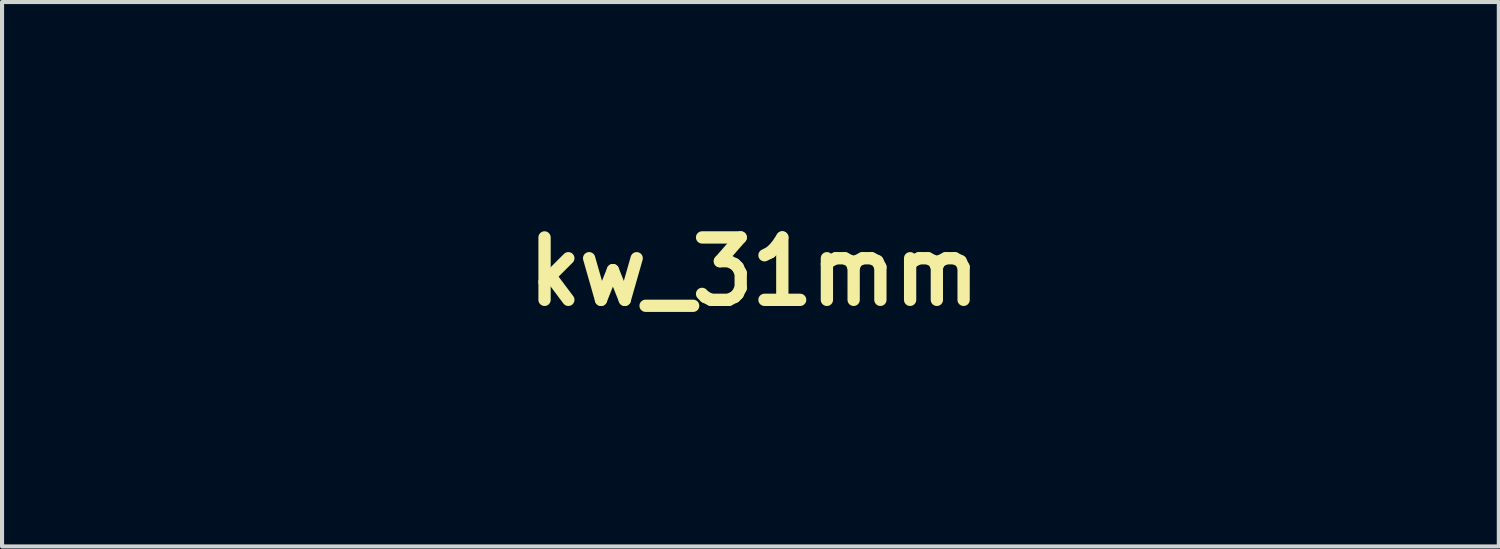
<source format=kicad_pcb>
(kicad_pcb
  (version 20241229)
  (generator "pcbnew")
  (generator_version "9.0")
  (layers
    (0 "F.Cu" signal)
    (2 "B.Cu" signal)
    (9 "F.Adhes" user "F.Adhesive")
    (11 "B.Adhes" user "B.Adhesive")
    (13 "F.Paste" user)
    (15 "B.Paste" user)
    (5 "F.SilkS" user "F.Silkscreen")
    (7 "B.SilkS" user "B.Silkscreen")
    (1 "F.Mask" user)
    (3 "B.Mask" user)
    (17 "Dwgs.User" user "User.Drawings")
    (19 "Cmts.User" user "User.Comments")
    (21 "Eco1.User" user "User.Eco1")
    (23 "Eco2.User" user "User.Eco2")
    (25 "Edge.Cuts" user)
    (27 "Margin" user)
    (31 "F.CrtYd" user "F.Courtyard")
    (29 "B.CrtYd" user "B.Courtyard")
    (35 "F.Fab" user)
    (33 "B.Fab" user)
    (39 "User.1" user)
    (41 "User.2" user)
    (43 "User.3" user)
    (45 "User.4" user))
  (footprint "kw_31mm"
    (layer "F.Cu")
    (at 15.363 3.582)
    (property "Reference" "kw_31mm" (at 0 0 0) (layer "F.SilkS") (effects (font (size 1.524 1.524) (thickness 0.3))))
    (attr through_hole)
    (fp_poly (pts (xy -1.167 2.232) (xy -1.143 2.314) (xy -1.146 2.346) (xy -1.204 2.451) (xy -1.311 2.503) (xy -1.418 2.488) (xy -1.47 2.428) (xy -1.475 2.298) (xy -1.38 2.224) (xy -1.277 2.211) (xy -1.167 2.232)) (stroke (width 0.01) (type solid)) (fill yes) (layer "F.Mask"))
    (fp_poly (pts (xy 13.884 -3.544) (xy 14.008 -3.481) (xy 14.045 -3.402) (xy 13.992 -3.207) (xy 13.844 -2.99) (xy 13.618 -2.767) (xy 13.333 -2.558) (xy 13.106 -2.428) (xy 12.926 -2.349) (xy 12.826 -2.341) (xy 12.79 -2.405) (xy 12.79 -2.422) (xy 12.815 -2.514) (xy 12.884 -2.682) (xy 12.983 -2.895) (xy 13.028 -2.987) (xy 13.149 -3.219) (xy 13.241 -3.366) (xy 13.328 -3.454) (xy 13.429 -3.507) (xy 13.506 -3.533) (xy 13.706 -3.564) (xy 13.884 -3.544)) (stroke (width 0.01) (type solid)) (fill yes) (layer "F.Mask"))
    (fp_poly (pts (xy 12.697 -3.568) (xy 12.82 -3.503) (xy 12.887 -3.446) (xy 12.903 -3.384) (xy 12.868 -3.277) (xy 12.822 -3.172) (xy 12.669 -2.946) (xy 12.424 -2.717) (xy 12.108 -2.503) (xy 11.971 -2.428) (xy 11.79 -2.349) (xy 11.69 -2.341) (xy 11.655 -2.405) (xy 11.654 -2.422) (xy 11.68 -2.514) (xy 11.748 -2.682) (xy 11.847 -2.895) (xy 11.89 -2.983) (xy 12.019 -3.225) (xy 12.122 -3.379) (xy 12.219 -3.471) (xy 12.318 -3.519) (xy 12.537 -3.577) (xy 12.697 -3.568)) (stroke (width 0.01) (type solid)) (fill yes) (layer "F.Mask"))
    (fp_poly (pts (xy 13.888 0.542) (xy 13.995 0.56) (xy 14.037 0.604) (xy 14.045 0.67) (xy 14.018 0.837) (xy 13.95 1.055) (xy 13.861 1.27) (xy 13.771 1.431) (xy 13.756 1.449) (xy 13.659 1.516) (xy 13.493 1.548) (xy 13.322 1.554) (xy 13.128 1.544) (xy 12.987 1.519) (xy 12.938 1.493) (xy 12.933 1.396) (xy 12.971 1.23) (xy 13.038 1.034) (xy 13.123 0.843) (xy 13.213 0.695) (xy 13.216 0.691) (xy 13.301 0.603) (xy 13.405 0.557) (xy 13.567 0.54) (xy 13.69 0.538) (xy 13.888 0.542)) (stroke (width 0.01) (type solid)) (fill yes) (layer "F.Mask"))
    (fp_poly (pts (xy 9.766 2.703) (xy 9.941 2.758) (xy 10.043 2.874) (xy 10.09 3.07) (xy 10.1 3.334) (xy 10.097 3.54) (xy 10.082 3.651) (xy 10.046 3.695) (xy 9.978 3.696) (xy 9.966 3.695) (xy 9.891 3.672) (xy 9.848 3.611) (xy 9.825 3.484) (xy 9.814 3.302) (xy 9.796 2.928) (xy 9.389 2.928) (xy 9.371 3.302) (xy 9.357 3.508) (xy 9.332 3.624) (xy 9.285 3.677) (xy 9.219 3.695) (xy 9.154 3.698) (xy 9.114 3.671) (xy 9.093 3.59) (xy 9.085 3.433) (xy 9.084 3.202) (xy 9.084 2.689) (xy 9.499 2.689) (xy 9.766 2.703)) (stroke (width 0.01) (type solid)) (fill yes) (layer "F.Mask"))
    (fp_poly (pts (xy 15.18 -2.226) (xy 15.157 -2.129) (xy 15.093 -1.947) (xy 14.998 -1.702) (xy 14.883 -1.417) (xy 14.755 -1.113) (xy 14.625 -0.814) (xy 14.502 -0.541) (xy 14.396 -0.317) (xy 14.316 -0.163) (xy 14.276 -0.105) (xy 14.137 -0.035) (xy 13.951 -0.000276) (xy 13.761 0.000446) (xy 13.605 -0.033) (xy 13.524 -0.1) (xy 13.528 -0.196) (xy 13.567 -0.375) (xy 13.633 -0.609) (xy 13.717 -0.869) (xy 13.809 -1.129) (xy 13.901 -1.359) (xy 13.983 -1.532) (xy 13.999 -1.561) (xy 14.103 -1.686) (xy 14.263 -1.824) (xy 14.458 -1.962) (xy 14.664 -2.087) (xy 14.861 -2.188) (xy 15.027 -2.252) (xy 15.141 -2.268) (xy 15.18 -2.226)) (stroke (width 0.01) (type solid)) (fill yes) (layer "F.Mask"))
    (fp_poly (pts (xy -1.446 2.699) (xy -1.425 2.701) (xy -1.165 2.719) (xy -1.148 3.093) (xy -1.133 3.299) (xy -1.108 3.413) (xy -1.063 3.459) (xy -1.013 3.466) (xy -0.915 3.51) (xy -0.896 3.586) (xy -0.909 3.651) (xy -0.963 3.687) (xy -1.085 3.702) (xy -1.285 3.705) (xy -1.495 3.702) (xy -1.612 3.685) (xy -1.663 3.648) (xy -1.673 3.586) (xy -1.638 3.492) (xy -1.524 3.466) (xy -1.431 3.455) (xy -1.388 3.399) (xy -1.375 3.267) (xy -1.375 3.202) (xy -1.383 3.034) (xy -1.419 2.951) (xy -1.498 2.919) (xy -1.508 2.918) (xy -1.623 2.86) (xy -1.663 2.79) (xy -1.66 2.724) (xy -1.597 2.697) (xy -1.446 2.699)) (stroke (width 0.01) (type solid)) (fill yes) (layer "F.Mask"))
    (fp_poly (pts (xy 7.435 2.359) (xy 7.608 2.435) (xy 7.695 2.546) (xy 7.689 2.657) (xy 7.611 2.738) (xy 7.509 2.731) (xy 7.449 2.66) (xy 7.363 2.592) (xy 7.204 2.57) (xy 6.992 2.57) (xy 6.992 3.466) (xy 7.204 3.466) (xy 7.373 3.441) (xy 7.449 3.377) (xy 7.527 3.297) (xy 7.628 3.306) (xy 7.689 3.379) (xy 7.687 3.511) (xy 7.584 3.617) (xy 7.399 3.686) (xy 7.196 3.705) (xy 6.995 3.696) (xy 6.873 3.658) (xy 6.791 3.579) (xy 6.787 3.573) (xy 6.724 3.407) (xy 6.696 3.136) (xy 6.694 3.018) (xy 6.706 2.719) (xy 6.754 2.519) (xy 6.849 2.399) (xy 7.005 2.343) (xy 7.196 2.331) (xy 7.435 2.359)) (stroke (width 0.01) (type solid)) (fill yes) (layer "F.Mask"))
    (fp_poly (pts (xy 2.015 2.718) (xy 2.173 2.813) (xy 2.253 2.989) (xy 2.271 3.197) (xy 2.243 3.449) (xy 2.148 3.607) (xy 1.972 3.688) (xy 1.763 3.705) (xy 1.56 3.696) (xy 1.438 3.66) (xy 1.356 3.584) (xy 1.348 3.573) (xy 1.287 3.426) (xy 1.256 3.234) (xy 1.255 3.197) (xy 1.554 3.197) (xy 1.558 3.363) (xy 1.589 3.441) (xy 1.67 3.465) (xy 1.763 3.466) (xy 1.892 3.461) (xy 1.952 3.422) (xy 1.971 3.317) (xy 1.972 3.197) (xy 1.968 3.032) (xy 1.938 2.954) (xy 1.856 2.93) (xy 1.763 2.928) (xy 1.635 2.934) (xy 1.574 2.973) (xy 1.555 3.078) (xy 1.554 3.197) (xy 1.255 3.197) (xy 1.283 2.946) (xy 1.378 2.787) (xy 1.554 2.707) (xy 1.763 2.689) (xy 2.015 2.718)) (stroke (width 0.01) (type solid)) (fill yes) (layer "F.Mask"))
    (fp_poly (pts (xy 4.405 2.718) (xy 4.564 2.813) (xy 4.644 2.989) (xy 4.662 3.197) (xy 4.633 3.449) (xy 4.539 3.607) (xy 4.363 3.688) (xy 4.154 3.705) (xy 3.951 3.696) (xy 3.828 3.66) (xy 3.747 3.584) (xy 3.739 3.573) (xy 3.678 3.426) (xy 3.647 3.234) (xy 3.646 3.197) (xy 3.944 3.197) (xy 3.949 3.363) (xy 3.979 3.441) (xy 4.061 3.465) (xy 4.154 3.466) (xy 4.282 3.461) (xy 4.343 3.422) (xy 4.362 3.317) (xy 4.363 3.197) (xy 4.358 3.032) (xy 4.328 2.954) (xy 4.247 2.93) (xy 4.154 2.928) (xy 4.025 2.934) (xy 3.964 2.973) (xy 3.946 3.078) (xy 3.944 3.197) (xy 3.646 3.197) (xy 3.674 2.946) (xy 3.769 2.787) (xy 3.945 2.707) (xy 4.154 2.689) (xy 4.405 2.718)) (stroke (width 0.01) (type solid)) (fill yes) (layer "F.Mask"))
    (fp_poly (pts (xy 8.648 2.718) (xy 8.807 2.813) (xy 8.887 2.989) (xy 8.905 3.197) (xy 8.877 3.449) (xy 8.782 3.607) (xy 8.606 3.688) (xy 8.397 3.705) (xy 8.194 3.696) (xy 8.072 3.66) (xy 7.99 3.584) (xy 7.982 3.573) (xy 7.921 3.426) (xy 7.89 3.234) (xy 7.889 3.197) (xy 8.188 3.197) (xy 8.192 3.363) (xy 8.222 3.441) (xy 8.304 3.465) (xy 8.397 3.466) (xy 8.525 3.461) (xy 8.586 3.422) (xy 8.605 3.317) (xy 8.606 3.197) (xy 8.602 3.032) (xy 8.571 2.954) (xy 8.49 2.93) (xy 8.397 2.928) (xy 8.268 2.934) (xy 8.208 2.973) (xy 8.189 3.078) (xy 8.188 3.197) (xy 7.889 3.197) (xy 7.917 2.946) (xy 8.012 2.787) (xy 8.188 2.707) (xy 8.397 2.689) (xy 8.648 2.718)) (stroke (width 0.01) (type solid)) (fill yes) (layer "F.Mask"))
    (fp_poly (pts (xy -2.808 2.222) (xy -2.772 2.27) (xy -2.755 2.38) (xy -2.749 2.576) (xy -2.749 2.664) (xy -2.749 3.117) (xy -2.499 2.903) (xy -2.308 2.764) (xy -2.158 2.697) (xy -2.062 2.697) (xy -2.035 2.759) (xy -2.092 2.88) (xy -2.193 3) (xy -2.354 3.168) (xy -2.163 3.365) (xy -2.048 3.498) (xy -1.98 3.605) (xy -1.972 3.634) (xy -2.012 3.7) (xy -2.114 3.691) (xy -2.255 3.614) (xy -2.37 3.517) (xy -2.499 3.404) (xy -2.583 3.37) (xy -2.654 3.402) (xy -2.657 3.405) (xy -2.735 3.522) (xy -2.749 3.593) (xy -2.795 3.688) (xy -2.869 3.705) (xy -2.918 3.699) (xy -2.952 3.665) (xy -2.973 3.586) (xy -2.983 3.441) (xy -2.988 3.212) (xy -2.988 2.958) (xy -2.987 2.648) (xy -2.982 2.438) (xy -2.969 2.309) (xy -2.946 2.241) (xy -2.909 2.215) (xy -2.869 2.211) (xy -2.808 2.222)) (stroke (width 0.01) (type solid)) (fill yes) (layer "F.Mask"))
    (fp_poly (pts (xy 2.579 2.221) (xy 2.585 2.222) (xy 2.679 2.26) (xy 2.725 2.362) (xy 2.738 2.465) (xy 2.755 2.604) (xy 2.801 2.669) (xy 2.91 2.688) (xy 3.018 2.689) (xy 3.209 2.706) (xy 3.327 2.767) (xy 3.373 2.822) (xy 3.445 3.006) (xy 3.462 3.238) (xy 3.426 3.46) (xy 3.373 3.573) (xy 3.308 3.644) (xy 3.216 3.684) (xy 3.065 3.702) (xy 2.865 3.705) (xy 2.45 3.705) (xy 2.45 3.197) (xy 2.749 3.197) (xy 2.754 3.363) (xy 2.784 3.441) (xy 2.865 3.465) (xy 2.958 3.466) (xy 3.087 3.461) (xy 3.148 3.422) (xy 3.166 3.317) (xy 3.168 3.197) (xy 3.163 3.032) (xy 3.133 2.954) (xy 3.051 2.93) (xy 2.958 2.928) (xy 2.83 2.934) (xy 2.769 2.973) (xy 2.75 3.078) (xy 2.749 3.197) (xy 2.45 3.197) (xy 2.45 2.954) (xy 2.451 2.644) (xy 2.455 2.434) (xy 2.467 2.306) (xy 2.489 2.24) (xy 2.525 2.218) (xy 2.579 2.221)) (stroke (width 0.01) (type solid)) (fill yes) (layer "F.Mask"))
    (fp_poly (pts (xy -9.205 2.391) (xy -9.204 2.408) (xy -9.24 2.497) (xy -9.332 2.632) (xy -9.381 2.692) (xy -9.488 2.826) (xy -9.552 2.924) (xy -9.56 2.947) (xy -9.528 3.017) (xy -9.441 3.149) (xy -9.353 3.269) (xy -9.208 3.48) (xy -9.152 3.618) (xy -9.183 3.691) (xy -9.26 3.705) (xy -9.366 3.656) (xy -9.502 3.523) (xy -9.572 3.433) (xy -9.685 3.281) (xy -9.756 3.216) (xy -9.806 3.222) (xy -9.844 3.265) (xy -9.903 3.404) (xy -9.921 3.538) (xy -9.943 3.664) (xy -10.022 3.705) (xy -10.04 3.705) (xy -10.092 3.698) (xy -10.126 3.663) (xy -10.146 3.579) (xy -10.156 3.427) (xy -10.16 3.186) (xy -10.16 3.018) (xy -10.159 2.723) (xy -10.153 2.527) (xy -10.138 2.41) (xy -10.112 2.352) (xy -10.07 2.332) (xy -10.04 2.331) (xy -9.967 2.348) (xy -9.931 2.418) (xy -9.919 2.573) (xy -9.919 2.615) (xy -9.916 2.899) (xy -9.665 2.614) (xy -9.497 2.449) (xy -9.353 2.352) (xy -9.25 2.33) (xy -9.205 2.391)) (stroke (width 0.01) (type solid)) (fill yes) (layer "F.Mask"))
    (fp_poly (pts (xy 5.275 2.284) (xy 5.312 2.348) (xy 5.319 2.476) (xy 5.328 2.618) (xy 5.378 2.677) (xy 5.506 2.689) (xy 5.533 2.689) (xy 5.676 2.701) (xy 5.728 2.746) (xy 5.726 2.794) (xy 5.651 2.883) (xy 5.513 2.917) (xy 5.393 2.937) (xy 5.337 2.988) (xy 5.32 3.105) (xy 5.319 3.201) (xy 5.325 3.366) (xy 5.357 3.443) (xy 5.431 3.465) (xy 5.468 3.466) (xy 5.581 3.446) (xy 5.618 3.407) (xy 5.668 3.358) (xy 5.737 3.347) (xy 5.832 3.391) (xy 5.856 3.494) (xy 5.804 3.613) (xy 5.785 3.634) (xy 5.666 3.687) (xy 5.488 3.705) (xy 5.303 3.687) (xy 5.164 3.637) (xy 5.138 3.614) (xy 5.088 3.502) (xy 5.046 3.324) (xy 5.034 3.225) (xy 4.998 3.02) (xy 4.94 2.932) (xy 4.923 2.928) (xy 4.856 2.879) (xy 4.841 2.809) (xy 4.877 2.712) (xy 4.927 2.689) (xy 4.996 2.634) (xy 5.031 2.495) (xy 5.067 2.35) (xy 5.152 2.288) (xy 5.185 2.282) (xy 5.275 2.284)) (stroke (width 0.01) (type solid)) (fill yes) (layer "F.Mask"))
    (fp_poly (pts (xy 10.713 2.284) (xy 10.751 2.348) (xy 10.758 2.476) (xy 10.766 2.618) (xy 10.817 2.677) (xy 10.945 2.689) (xy 10.971 2.689) (xy 11.114 2.701) (xy 11.166 2.746) (xy 11.165 2.794) (xy 11.09 2.883) (xy 10.951 2.917) (xy 10.832 2.937) (xy 10.775 2.988) (xy 10.759 3.105) (xy 10.758 3.201) (xy 10.764 3.366) (xy 10.795 3.443) (xy 10.87 3.465) (xy 10.907 3.466) (xy 11.019 3.446) (xy 11.056 3.407) (xy 11.107 3.358) (xy 11.176 3.347) (xy 11.27 3.391) (xy 11.295 3.494) (xy 11.242 3.613) (xy 11.224 3.634) (xy 11.105 3.687) (xy 10.926 3.705) (xy 10.742 3.687) (xy 10.603 3.637) (xy 10.577 3.614) (xy 10.526 3.502) (xy 10.485 3.324) (xy 10.472 3.225) (xy 10.436 3.02) (xy 10.379 2.932) (xy 10.362 2.928) (xy 10.295 2.879) (xy 10.28 2.809) (xy 10.315 2.712) (xy 10.365 2.689) (xy 10.435 2.634) (xy 10.47 2.495) (xy 10.506 2.35) (xy 10.591 2.288) (xy 10.623 2.282) (xy 10.713 2.284)) (stroke (width 0.01) (type solid)) (fill yes) (layer "F.Mask"))
    (fp_poly (pts (xy 14.299 2.284) (xy 14.337 2.348) (xy 14.344 2.476) (xy 14.352 2.618) (xy 14.402 2.677) (xy 14.53 2.689) (xy 14.557 2.689) (xy 14.7 2.701) (xy 14.752 2.746) (xy 14.751 2.794) (xy 14.676 2.883) (xy 14.537 2.917) (xy 14.417 2.937) (xy 14.361 2.988) (xy 14.344 3.105) (xy 14.344 3.201) (xy 14.35 3.366) (xy 14.381 3.443) (xy 14.456 3.465) (xy 14.493 3.466) (xy 14.605 3.446) (xy 14.642 3.407) (xy 14.692 3.358) (xy 14.762 3.347) (xy 14.856 3.391) (xy 14.881 3.494) (xy 14.828 3.613) (xy 14.81 3.634) (xy 14.69 3.687) (xy 14.512 3.705) (xy 14.328 3.687) (xy 14.189 3.637) (xy 14.163 3.614) (xy 14.112 3.502) (xy 14.071 3.324) (xy 14.058 3.225) (xy 14.022 3.02) (xy 13.965 2.932) (xy 13.947 2.928) (xy 13.881 2.879) (xy 13.865 2.809) (xy 13.901 2.712) (xy 13.951 2.689) (xy 14.021 2.634) (xy 14.056 2.495) (xy 14.092 2.35) (xy 14.177 2.288) (xy 14.209 2.282) (xy 14.299 2.284)) (stroke (width 0.01) (type solid)) (fill yes) (layer "F.Mask"))
    (fp_poly (pts (xy -7.585 2.702) (xy -7.549 2.755) (xy -7.534 2.878) (xy -7.53 3.078) (xy -7.52 3.293) (xy -7.493 3.424) (xy -7.459 3.463) (xy -7.426 3.399) (xy -7.4 3.227) (xy -7.399 3.212) (xy -7.377 3.048) (xy -7.331 2.974) (xy -7.261 2.958) (xy -7.183 2.98) (xy -7.141 3.066) (xy -7.124 3.212) (xy -7.099 3.392) (xy -7.066 3.462) (xy -7.032 3.43) (xy -7.005 3.305) (xy -6.993 3.096) (xy -6.992 3.074) (xy -6.99 2.864) (xy -6.975 2.748) (xy -6.941 2.701) (xy -6.877 2.698) (xy -6.862 2.7) (xy -6.794 2.719) (xy -6.757 2.769) (xy -6.743 2.878) (xy -6.745 3.072) (xy -6.747 3.137) (xy -6.764 3.357) (xy -6.791 3.534) (xy -6.825 3.63) (xy -6.825 3.63) (xy -6.921 3.673) (xy -7.093 3.698) (xy -7.299 3.705) (xy -7.499 3.692) (xy -7.649 3.661) (xy -7.698 3.634) (xy -7.737 3.534) (xy -7.762 3.343) (xy -7.769 3.126) (xy -7.766 2.9) (xy -7.753 2.769) (xy -7.722 2.707) (xy -7.667 2.69) (xy -7.65 2.689) (xy -7.585 2.702)) (stroke (width 0.01) (type solid)) (fill yes) (layer "F.Mask"))
    (fp_poly (pts (xy -4.649 2.71) (xy -4.488 2.773) (xy -4.424 2.882) (xy -4.423 2.911) (xy -4.452 2.954) (xy -4.555 2.967) (xy -4.753 2.953) (xy -4.766 2.951) (xy -4.964 2.936) (xy -5.053 2.947) (xy -5.05 2.977) (xy -4.958 3.02) (xy -4.795 3.052) (xy -4.723 3.059) (xy -4.548 3.082) (xy -4.454 3.133) (xy -4.4 3.235) (xy -4.399 3.238) (xy -4.378 3.399) (xy -4.444 3.551) (xy -4.515 3.639) (xy -4.606 3.685) (xy -4.755 3.703) (xy -4.9 3.705) (xy -5.111 3.698) (xy -5.235 3.67) (xy -5.303 3.612) (xy -5.317 3.59) (xy -5.367 3.469) (xy -5.379 3.411) (xy -5.332 3.36) (xy -5.231 3.35) (xy -5.135 3.381) (xy -5.11 3.407) (xy -5.027 3.455) (xy -4.895 3.469) (xy -4.76 3.451) (xy -4.673 3.406) (xy -4.662 3.377) (xy -4.703 3.313) (xy -4.839 3.288) (xy -4.889 3.287) (xy -5.127 3.249) (xy -5.281 3.144) (xy -5.341 2.983) (xy -5.313 2.824) (xy -5.27 2.747) (xy -5.193 2.707) (xy -5.049 2.691) (xy -4.915 2.689) (xy -4.649 2.71)) (stroke (width 0.01) (type solid)) (fill yes) (layer "F.Mask"))
    (fp_poly (pts (xy 13.4 2.71) (xy 13.561 2.773) (xy 13.624 2.882) (xy 13.626 2.911) (xy 13.597 2.954) (xy 13.494 2.967) (xy 13.296 2.953) (xy 13.283 2.951) (xy 13.085 2.936) (xy 12.996 2.947) (xy 12.999 2.977) (xy 13.091 3.02) (xy 13.254 3.052) (xy 13.326 3.059) (xy 13.501 3.082) (xy 13.595 3.133) (xy 13.649 3.235) (xy 13.65 3.238) (xy 13.671 3.399) (xy 13.605 3.551) (xy 13.534 3.639) (xy 13.443 3.685) (xy 13.294 3.703) (xy 13.149 3.705) (xy 12.938 3.698) (xy 12.814 3.67) (xy 12.746 3.612) (xy 12.732 3.59) (xy 12.682 3.469) (xy 12.67 3.411) (xy 12.717 3.36) (xy 12.818 3.35) (xy 12.914 3.381) (xy 12.939 3.407) (xy 13.022 3.455) (xy 13.154 3.469) (xy 13.289 3.451) (xy 13.376 3.406) (xy 13.387 3.377) (xy 13.346 3.313) (xy 13.21 3.288) (xy 13.16 3.287) (xy 12.922 3.249) (xy 12.768 3.144) (xy 12.708 2.983) (xy 12.736 2.824) (xy 12.779 2.747) (xy 12.856 2.707) (xy 13 2.691) (xy 13.134 2.689) (xy 13.4 2.71)) (stroke (width 0.01) (type solid)) (fill yes) (layer "F.Mask"))
    (fp_poly (pts (xy -8.241 2.707) (xy -8.115 2.742) (xy -8.088 2.764) (xy -8.056 2.863) (xy -8.022 3.035) (xy -8.005 3.168) (xy -7.98 3.368) (xy -7.956 3.527) (xy -7.944 3.586) (xy -7.981 3.638) (xy -8.106 3.676) (xy -8.285 3.697) (xy -8.487 3.703) (xy -8.68 3.69) (xy -8.832 3.659) (xy -8.903 3.618) (xy -8.965 3.478) (xy -8.969 3.417) (xy -8.726 3.417) (xy -8.676 3.452) (xy -8.559 3.458) (xy -8.42 3.439) (xy -8.305 3.401) (xy -8.262 3.362) (xy -8.291 3.303) (xy -8.387 3.287) (xy -8.574 3.308) (xy -8.696 3.362) (xy -8.726 3.417) (xy -8.969 3.417) (xy -8.975 3.309) (xy -8.932 3.173) (xy -8.918 3.156) (xy -8.824 3.112) (xy -8.661 3.074) (xy -8.581 3.063) (xy -8.402 3.03) (xy -8.318 2.988) (xy -8.336 2.951) (xy -8.461 2.93) (xy -8.516 2.928) (xy -8.655 2.943) (xy -8.724 2.98) (xy -8.726 2.988) (xy -8.776 3.037) (xy -8.845 3.048) (xy -8.94 3.004) (xy -8.964 2.901) (xy -8.911 2.781) (xy -8.893 2.761) (xy -8.792 2.718) (xy -8.621 2.695) (xy -8.424 2.691) (xy -8.241 2.707)) (stroke (width 0.01) (type solid)) (fill yes) (layer "F.Mask"))
    (fp_poly (pts (xy -5.851 2.707) (xy -5.725 2.742) (xy -5.697 2.764) (xy -5.665 2.863) (xy -5.632 3.035) (xy -5.614 3.168) (xy -5.589 3.368) (xy -5.565 3.527) (xy -5.553 3.586) (xy -5.591 3.638) (xy -5.715 3.676) (xy -5.895 3.697) (xy -6.097 3.703) (xy -6.289 3.69) (xy -6.441 3.659) (xy -6.513 3.618) (xy -6.574 3.478) (xy -6.578 3.417) (xy -6.335 3.417) (xy -6.286 3.452) (xy -6.168 3.458) (xy -6.029 3.439) (xy -5.914 3.401) (xy -5.872 3.362) (xy -5.901 3.303) (xy -5.996 3.287) (xy -6.184 3.308) (xy -6.305 3.362) (xy -6.335 3.417) (xy -6.578 3.417) (xy -6.584 3.309) (xy -6.541 3.173) (xy -6.527 3.156) (xy -6.433 3.112) (xy -6.27 3.074) (xy -6.191 3.063) (xy -6.011 3.03) (xy -5.928 2.988) (xy -5.945 2.951) (xy -6.071 2.93) (xy -6.126 2.928) (xy -6.264 2.943) (xy -6.333 2.98) (xy -6.335 2.988) (xy -6.385 3.037) (xy -6.455 3.048) (xy -6.549 3.004) (xy -6.573 2.901) (xy -6.521 2.781) (xy -6.502 2.761) (xy -6.401 2.718) (xy -6.231 2.695) (xy -6.033 2.691) (xy -5.851 2.707)) (stroke (width 0.01) (type solid)) (fill yes) (layer "F.Mask"))
    (fp_poly (pts (xy -3.46 2.707) (xy -3.334 2.742) (xy -3.307 2.764) (xy -3.274 2.863) (xy -3.241 3.035) (xy -3.224 3.168) (xy -3.199 3.368) (xy -3.175 3.527) (xy -3.162 3.586) (xy -3.2 3.638) (xy -3.325 3.676) (xy -3.504 3.697) (xy -3.706 3.703) (xy -3.899 3.69) (xy -4.05 3.659) (xy -4.122 3.618) (xy -4.184 3.478) (xy -4.187 3.417) (xy -3.944 3.417) (xy -3.895 3.452) (xy -3.778 3.458) (xy -3.639 3.439) (xy -3.524 3.401) (xy -3.481 3.362) (xy -3.51 3.303) (xy -3.606 3.287) (xy -3.793 3.308) (xy -3.915 3.362) (xy -3.944 3.417) (xy -4.187 3.417) (xy -4.194 3.309) (xy -4.15 3.173) (xy -4.136 3.156) (xy -4.043 3.112) (xy -3.879 3.074) (xy -3.8 3.063) (xy -3.621 3.03) (xy -3.537 2.988) (xy -3.555 2.951) (xy -3.68 2.93) (xy -3.735 2.928) (xy -3.874 2.943) (xy -3.943 2.98) (xy -3.944 2.988) (xy -3.995 3.037) (xy -4.064 3.048) (xy -4.158 3.004) (xy -4.183 2.901) (xy -4.13 2.781) (xy -4.112 2.761) (xy -4.01 2.718) (xy -3.84 2.695) (xy -3.643 2.691) (xy -3.46 2.707)) (stroke (width 0.01) (type solid)) (fill yes) (layer "F.Mask"))
    (fp_poly (pts (xy 0.702 2.336) (xy 0.842 2.356) (xy 0.928 2.401) (xy 0.983 2.464) (xy 1.069 2.674) (xy 1.036 2.884) (xy 0.987 2.969) (xy 0.937 3.064) (xy 0.932 3.172) (xy 0.972 3.339) (xy 0.98 3.367) (xy 1.029 3.556) (xy 1.026 3.659) (xy 0.964 3.7) (xy 0.892 3.705) (xy 0.816 3.665) (xy 0.752 3.534) (xy 0.717 3.407) (xy 0.666 3.227) (xy 0.61 3.137) (xy 0.531 3.109) (xy 0.505 3.108) (xy 0.419 3.121) (xy 0.374 3.182) (xy 0.352 3.322) (xy 0.347 3.392) (xy 0.327 3.568) (xy 0.287 3.657) (xy 0.21 3.692) (xy 0.194 3.695) (xy 0.137 3.699) (xy 0.099 3.678) (xy 0.076 3.613) (xy 0.064 3.485) (xy 0.06 3.272) (xy 0.06 3.022) (xy 0.06 2.719) (xy 0.359 2.719) (xy 0.374 2.82) (xy 0.445 2.862) (xy 0.568 2.869) (xy 0.709 2.858) (xy 0.767 2.807) (xy 0.777 2.719) (xy 0.761 2.618) (xy 0.691 2.577) (xy 0.568 2.57) (xy 0.426 2.581) (xy 0.368 2.631) (xy 0.359 2.719) (xy 0.06 2.719) (xy 0.06 2.331) (xy 0.475 2.331) (xy 0.702 2.336)) (stroke (width 0.01) (type solid)) (fill yes) (layer "F.Mask"))
    (fp_poly (pts (xy 12.185 2.699) (xy 12.308 2.735) (xy 12.39 2.811) (xy 12.398 2.822) (xy 12.478 3.002) (xy 12.478 3.173) (xy 12.426 3.268) (xy 12.395 3.343) (xy 12.423 3.372) (xy 12.456 3.451) (xy 12.425 3.565) (xy 12.346 3.66) (xy 12.253 3.685) (xy 12.086 3.701) (xy 11.971 3.704) (xy 11.772 3.695) (xy 11.651 3.656) (xy 11.569 3.575) (xy 11.568 3.573) (xy 11.507 3.426) (xy 11.499 3.377) (xy 11.774 3.377) (xy 11.821 3.444) (xy 11.969 3.466) (xy 11.976 3.466) (xy 12.136 3.441) (xy 12.249 3.38) (xy 12.252 3.377) (xy 12.282 3.322) (xy 12.239 3.296) (xy 12.103 3.287) (xy 12.05 3.287) (xy 11.87 3.298) (xy 11.786 3.336) (xy 11.774 3.377) (xy 11.499 3.377) (xy 11.476 3.234) (xy 11.475 3.197) (xy 11.498 2.988) (xy 11.774 2.988) (xy 11.826 3.028) (xy 11.955 3.047) (xy 11.983 3.048) (xy 12.121 3.033) (xy 12.19 2.996) (xy 12.192 2.988) (xy 12.139 2.949) (xy 12.01 2.929) (xy 11.983 2.928) (xy 11.845 2.943) (xy 11.775 2.98) (xy 11.774 2.988) (xy 11.498 2.988) (xy 11.503 2.946) (xy 11.598 2.787) (xy 11.774 2.707) (xy 11.983 2.689) (xy 12.185 2.699)) (stroke (width 0.01) (type solid)) (fill yes) (layer "F.Mask"))
    (fp_poly (pts (xy -3.022 -1.972) (xy -2.447 -1.971) (xy -1.973 -1.968) (xy -1.59 -1.964) (xy -1.289 -1.958) (xy -1.06 -1.95) (xy -0.895 -1.94) (xy -0.784 -1.927) (xy -0.717 -1.912) (xy -0.685 -1.893) (xy -0.68 -1.885) (xy -0.688 -1.794) (xy -0.736 -1.62) (xy -0.815 -1.385) (xy -0.916 -1.114) (xy -1.028 -0.83) (xy -1.143 -0.56) (xy -1.25 -0.325) (xy -1.341 -0.151) (xy -1.395 -0.071) (xy -1.509 0.03) (xy -1.706 0.18) (xy -1.966 0.366) (xy -2.269 0.574) (xy -2.597 0.791) (xy -2.929 1.003) (xy -3.246 1.198) (xy -3.308 1.235) (xy -3.849 1.554) (xy -4.703 1.554) (xy -5.038 1.553) (xy -5.272 1.549) (xy -5.423 1.539) (xy -5.509 1.52) (xy -5.547 1.49) (xy -5.558 1.447) (xy -5.558 1.432) (xy -5.526 1.273) (xy -5.445 1.082) (xy -5.335 0.896) (xy -5.219 0.753) (xy -5.124 0.691) (xy -5.02 0.68) (xy -4.82 0.667) (xy -4.549 0.654) (xy -4.232 0.642) (xy -4.064 0.638) (xy -3.608 0.619) (xy -3.251 0.588) (xy -2.974 0.539) (xy -2.755 0.468) (xy -2.576 0.367) (xy -2.416 0.234) (xy -2.374 0.192) (xy -2.263 0.047) (xy -2.146 -0.154) (xy -2.037 -0.382) (xy -1.946 -0.608) (xy -1.888 -0.801) (xy -1.875 -0.931) (xy -1.883 -0.957) (xy -1.952 -0.975) (xy -2.124 -0.99) (xy -2.383 -1.002) (xy -2.712 -1.01) (xy -3.095 -1.016) (xy -3.516 -1.02) (xy -3.958 -1.02) (xy -4.405 -1.018) (xy -4.84 -1.013) (xy -5.247 -1.005) (xy -5.609 -0.995) (xy -5.911 -0.983) (xy -6.136 -0.968) (xy -6.267 -0.95) (xy -6.292 -0.941) (xy -6.362 -0.854) (xy -6.461 -0.688) (xy -6.57 -0.475) (xy -6.603 -0.405) (xy -6.714 -0.185) (xy -6.823 -0.005) (xy -6.91 0.103) (xy -6.93 0.118) (xy -7.068 0.16) (xy -7.256 0.179) (xy -7.456 0.177) (xy -7.627 0.154) (xy -7.732 0.112) (xy -7.746 0.094) (xy -7.734 0.01) (xy -7.676 -0.159) (xy -7.583 -0.39) (xy -7.465 -0.662) (xy -7.332 -0.952) (xy -7.194 -1.239) (xy -7.062 -1.5) (xy -6.946 -1.715) (xy -6.856 -1.862) (xy -6.808 -1.915) (xy -6.725 -1.928) (xy -6.531 -1.939) (xy -6.236 -1.949) (xy -5.847 -1.957) (xy -5.373 -1.964) (xy -4.823 -1.969) (xy -4.206 -1.972) (xy -3.707 -1.972) (xy -3.022 -1.972)) (stroke (width 0.01) (type solid)) (fill yes) (layer "F.Mask"))
    (fp_poly (pts (xy 3.826 -1.958) (xy 4.414 -1.954) (xy 4.893 -1.949) (xy 5.275 -1.943) (xy 5.57 -1.936) (xy 5.79 -1.927) (xy 5.945 -1.916) (xy 6.047 -1.902) (xy 6.107 -1.884) (xy 6.136 -1.861) (xy 6.143 -1.843) (xy 6.126 -1.754) (xy 6.065 -1.583) (xy 5.971 -1.352) (xy 5.855 -1.085) (xy 5.727 -0.807) (xy 5.599 -0.541) (xy 5.479 -0.311) (xy 5.398 -0.168) (xy 5.307 -0.059) (xy 5.139 0.106) (xy 4.913 0.311) (xy 4.648 0.541) (xy 4.362 0.779) (xy 4.075 1.01) (xy 3.804 1.217) (xy 3.569 1.385) (xy 3.557 1.393) (xy 3.319 1.554) (xy 0.94 1.554) (xy 0.329 1.553) (xy -0.173 1.551) (xy -0.576 1.547) (xy -0.89 1.541) (xy -1.124 1.533) (xy -1.289 1.521) (xy -1.395 1.507) (xy -1.452 1.489) (xy -1.47 1.472) (xy -1.458 1.385) (xy -1.401 1.215) (xy -1.309 0.986) (xy -1.193 0.72) (xy -1.125 0.576) (xy -0.094 0.576) (xy -0.094 0.579) (xy -0.028 0.6) (xy 0.14 0.618) (xy 0.394 0.633) (xy 0.716 0.645) (xy 1.091 0.654) (xy 1.501 0.66) (xy 1.929 0.663) (xy 2.358 0.662) (xy 2.772 0.659) (xy 3.154 0.652) (xy 3.486 0.641) (xy 3.752 0.628) (xy 3.935 0.61) (xy 4.014 0.592) (xy 4.079 0.518) (xy 4.179 0.36) (xy 4.3 0.144) (xy 4.43 -0.105) (xy 4.556 -0.362) (xy 4.665 -0.6) (xy 4.744 -0.794) (xy 4.78 -0.918) (xy 4.781 -0.931) (xy 4.766 -0.954) (xy 4.713 -0.973) (xy 4.61 -0.988) (xy 4.448 -0.999) (xy 4.215 -1.006) (xy 3.9 -1.012) (xy 3.491 -1.015) (xy 2.98 -1.016) (xy 2.729 -1.016) (xy 2.176 -1.016) (xy 1.73 -1.014) (xy 1.38 -1.011) (xy 1.112 -1.005) (xy 0.915 -0.996) (xy 0.776 -0.983) (xy 0.684 -0.967) (xy 0.625 -0.945) (xy 0.588 -0.919) (xy 0.581 -0.911) (xy 0.509 -0.805) (xy 0.41 -0.625) (xy 0.296 -0.397) (xy 0.179 -0.146) (xy 0.07 0.103) (xy -0.02 0.323) (xy -0.078 0.489) (xy -0.094 0.576) (xy -1.125 0.576) (xy -1.062 0.442) (xy -0.927 0.174) (xy -0.798 -0.061) (xy -0.739 -0.16) (xy -0.609 -0.325) (xy -0.402 -0.54) (xy -0.14 -0.785) (xy 0.156 -1.043) (xy 0.463 -1.295) (xy 0.76 -1.522) (xy 1.026 -1.706) (xy 1.227 -1.824) (xy 1.528 -1.974) (xy 3.826 -1.958)) (stroke (width 0.01) (type solid)) (fill yes) (layer "F.Mask"))
    (fp_poly (pts (xy 10.529 -2.51) (xy 10.509 -2.256) (xy 10.489 -2.002) (xy 11.612 -1.986) (xy 12.026 -1.978) (xy 12.334 -1.967) (xy 12.549 -1.952) (xy 12.684 -1.932) (xy 12.752 -1.906) (xy 12.765 -1.89) (xy 12.76 -1.781) (xy 12.705 -1.611) (xy 12.618 -1.418) (xy 12.517 -1.239) (xy 12.421 -1.112) (xy 12.381 -1.081) (xy 12.273 -1.056) (xy 12.059 -1.037) (xy 11.75 -1.024) (xy 11.361 -1.017) (xy 11.155 -1.016) (xy 10.051 -1.016) (xy 9.896 -0.832) (xy 9.782 -0.661) (xy 9.744 -0.522) (xy 9.786 -0.436) (xy 9.857 -0.418) (xy 10.03 -0.363) (xy 10.198 -0.211) (xy 10.343 0.015) (xy 10.42 0.207) (xy 10.495 0.405) (xy 10.586 0.535) (xy 10.719 0.611) (xy 10.919 0.648) (xy 11.21 0.657) (xy 11.242 0.657) (xy 11.495 0.667) (xy 11.642 0.705) (xy 11.694 0.787) (xy 11.664 0.927) (xy 11.592 1.085) (xy 11.467 1.315) (xy 11.357 1.455) (xy 11.232 1.527) (xy 11.066 1.552) (xy 10.968 1.554) (xy 10.718 1.524) (xy 10.539 1.424) (xy 10.41 1.234) (xy 10.34 1.046) (xy 10.255 0.8) (xy 10.167 0.65) (xy 10.048 0.571) (xy 9.87 0.541) (xy 9.721 0.538) (xy 9.474 0.553) (xy 9.296 0.613) (xy 9.16 0.737) (xy 9.037 0.946) (xy 8.966 1.106) (xy 8.854 1.334) (xy 8.734 1.47) (xy 8.572 1.535) (xy 8.332 1.554) (xy 8.296 1.554) (xy 8.101 1.546) (xy 7.988 1.511) (xy 7.95 1.429) (xy 7.979 1.283) (xy 8.072 1.053) (xy 8.101 0.985) (xy 8.188 0.758) (xy 8.21 0.617) (xy 8.196 0.582) (xy 8.11 0.555) (xy 7.942 0.543) (xy 7.748 0.548) (xy 7.562 0.564) (xy 7.419 0.594) (xy 7.286 0.652) (xy 7.129 0.755) (xy 6.916 0.916) (xy 6.89 0.936) (xy 6.656 1.11) (xy 6.426 1.27) (xy 6.236 1.39) (xy 6.172 1.426) (xy 5.975 1.5) (xy 5.754 1.544) (xy 5.543 1.556) (xy 5.376 1.534) (xy 5.286 1.477) (xy 5.283 1.47) (xy 5.287 1.359) (xy 5.34 1.189) (xy 5.422 1) (xy 5.517 0.832) (xy 5.606 0.726) (xy 5.622 0.715) (xy 5.732 0.687) (xy 5.923 0.666) (xy 6.155 0.658) (xy 6.184 0.657) (xy 6.446 0.65) (xy 6.663 0.618) (xy 6.863 0.551) (xy 7.075 0.438) (xy 7.328 0.266) (xy 7.551 0.099) (xy 7.827 -0.098) (xy 8.078 -0.252) (xy 8.277 -0.346) (xy 8.32 -0.359) (xy 8.502 -0.407) (xy 8.645 -0.446) (xy 8.675 -0.454) (xy 8.762 -0.521) (xy 8.849 -0.649) (xy 8.915 -0.795) (xy 8.939 -0.917) (xy 8.924 -0.961) (xy 8.85 -0.978) (xy 8.677 -0.995) (xy 8.423 -1.01) (xy 8.11 -1.022) (xy 7.768 -1.03) (xy 6.664 -1.046) (xy 6.649 -1.195) (xy 6.669 -1.33) (xy 6.736 -1.516) (xy 6.798 -1.644) (xy 6.963 -1.942) (xy 8.178 -1.972) (xy 9.393 -2.002) (xy 9.612 -2.257) (xy 9.743 -2.401) (xy 9.85 -2.477) (xy 9.98 -2.506) (xy 10.18 -2.511) (xy 10.529 -2.51)) (stroke (width 0.01) (type solid)) (fill yes) (layer "F.Mask"))
    (fp_poly (pts (xy -10.557 -2.609) (xy -10.44 -2.547) (xy -10.41 -2.429) (xy -10.423 -2.352) (xy -10.451 -2.24) (xy -10.466 -2.155) (xy -10.455 -2.092) (xy -10.405 -2.049) (xy -10.301 -2.021) (xy -10.132 -2.004) (xy -9.882 -1.995) (xy -9.538 -1.991) (xy -9.127 -1.986) (xy -8.67 -1.979) (xy -8.32 -1.97) (xy -8.064 -1.959) (xy -7.89 -1.943) (xy -7.786 -1.923) (xy -7.739 -1.897) (xy -7.734 -1.889) (xy -7.742 -1.799) (xy -7.792 -1.634) (xy -7.874 -1.427) (xy -7.892 -1.386) (xy -7.949 -1.262) (xy -8.007 -1.153) (xy -8.076 -1.048) (xy -8.168 -0.936) (xy -8.294 -0.806) (xy -8.464 -0.644) (xy -8.691 -0.441) (xy -8.985 -0.184) (xy -9.357 0.138) (xy -9.401 0.176) (xy -9.75 0.474) (xy -10.082 0.752) (xy -10.382 0.997) (xy -10.637 1.199) (xy -10.833 1.346) (xy -10.955 1.428) (xy -10.968 1.435) (xy -11.132 1.498) (xy -11.326 1.535) (xy -11.583 1.552) (xy -11.763 1.554) (xy -12.021 1.552) (xy -12.183 1.543) (xy -12.27 1.522) (xy -12.305 1.484) (xy -12.312 1.432) (xy -12.282 1.294) (xy -12.208 1.112) (xy -12.109 0.925) (xy -12.007 0.773) (xy -11.922 0.695) (xy -11.921 0.695) (xy -11.824 0.68) (xy -11.636 0.667) (xy -11.387 0.659) (xy -11.156 0.656) (xy -10.773 0.646) (xy -10.478 0.61) (xy -10.242 0.538) (xy -10.035 0.416) (xy -9.827 0.235) (xy -9.698 0.103) (xy -9.541 -0.087) (xy -9.384 -0.317) (xy -9.244 -0.555) (xy -9.139 -0.771) (xy -9.087 -0.933) (xy -9.084 -0.964) (xy -9.141 -0.981) (xy -9.296 -0.997) (xy -9.532 -1.008) (xy -9.826 -1.015) (xy -10.031 -1.016) (xy -10.978 -1.016) (xy -12.257 0.093) (xy -12.605 0.392) (xy -12.938 0.672) (xy -13.242 0.923) (xy -13.503 1.132) (xy -13.704 1.287) (xy -13.832 1.376) (xy -13.836 1.378) (xy -13.981 1.458) (xy -14.111 1.509) (xy -14.257 1.538) (xy -14.455 1.55) (xy -14.737 1.553) (xy -14.747 1.553) (xy -15.022 1.552) (xy -15.2 1.546) (xy -15.3 1.529) (xy -15.346 1.497) (xy -15.358 1.446) (xy -15.358 1.419) (xy -15.329 1.293) (xy -15.257 1.112) (xy -15.194 0.986) (xy -15.031 0.687) (xy -14.164 0.657) (xy -13.78 0.641) (xy -13.489 0.615) (xy -13.268 0.571) (xy -13.09 0.5) (xy -12.93 0.394) (xy -12.763 0.244) (xy -12.65 0.13) (xy -12.534 -0.011) (xy -12.405 -0.204) (xy -12.277 -0.42) (xy -12.165 -0.633) (xy -12.084 -0.815) (xy -12.049 -0.939) (xy -12.053 -0.971) (xy -12.119 -0.986) (xy -12.283 -0.999) (xy -12.526 -1.009) (xy -12.825 -1.015) (xy -13.027 -1.016) (xy -13.358 -1.018) (xy -13.651 -1.024) (xy -13.883 -1.033) (xy -14.031 -1.045) (xy -14.07 -1.052) (xy -14.146 -1.113) (xy -14.153 -1.223) (xy -14.09 -1.402) (xy -14.038 -1.511) (xy -13.956 -1.673) (xy -13.884 -1.791) (xy -13.803 -1.874) (xy -13.693 -1.926) (xy -13.536 -1.956) (xy -13.311 -1.969) (xy -13.001 -1.972) (xy -12.702 -1.972) (xy -12.325 -1.973) (xy -12.049 -1.978) (xy -11.855 -1.987) (xy -11.724 -2.004) (xy -11.637 -2.03) (xy -11.576 -2.067) (xy -11.551 -2.09) (xy -11.442 -2.221) (xy -11.386 -2.329) (xy -11.286 -2.464) (xy -11.103 -2.568) (xy -10.871 -2.624) (xy -10.776 -2.629) (xy -10.557 -2.609)) (stroke (width 0.01) (type solid)) (fill yes) (layer "F.Mask")))
  (gr_rect
    (start -3 -3)
    (end 33.548 10.293)
    (stroke (width 0.1) (type default))
    (fill no)
    (layer "Edge.Cuts")))
</source>
